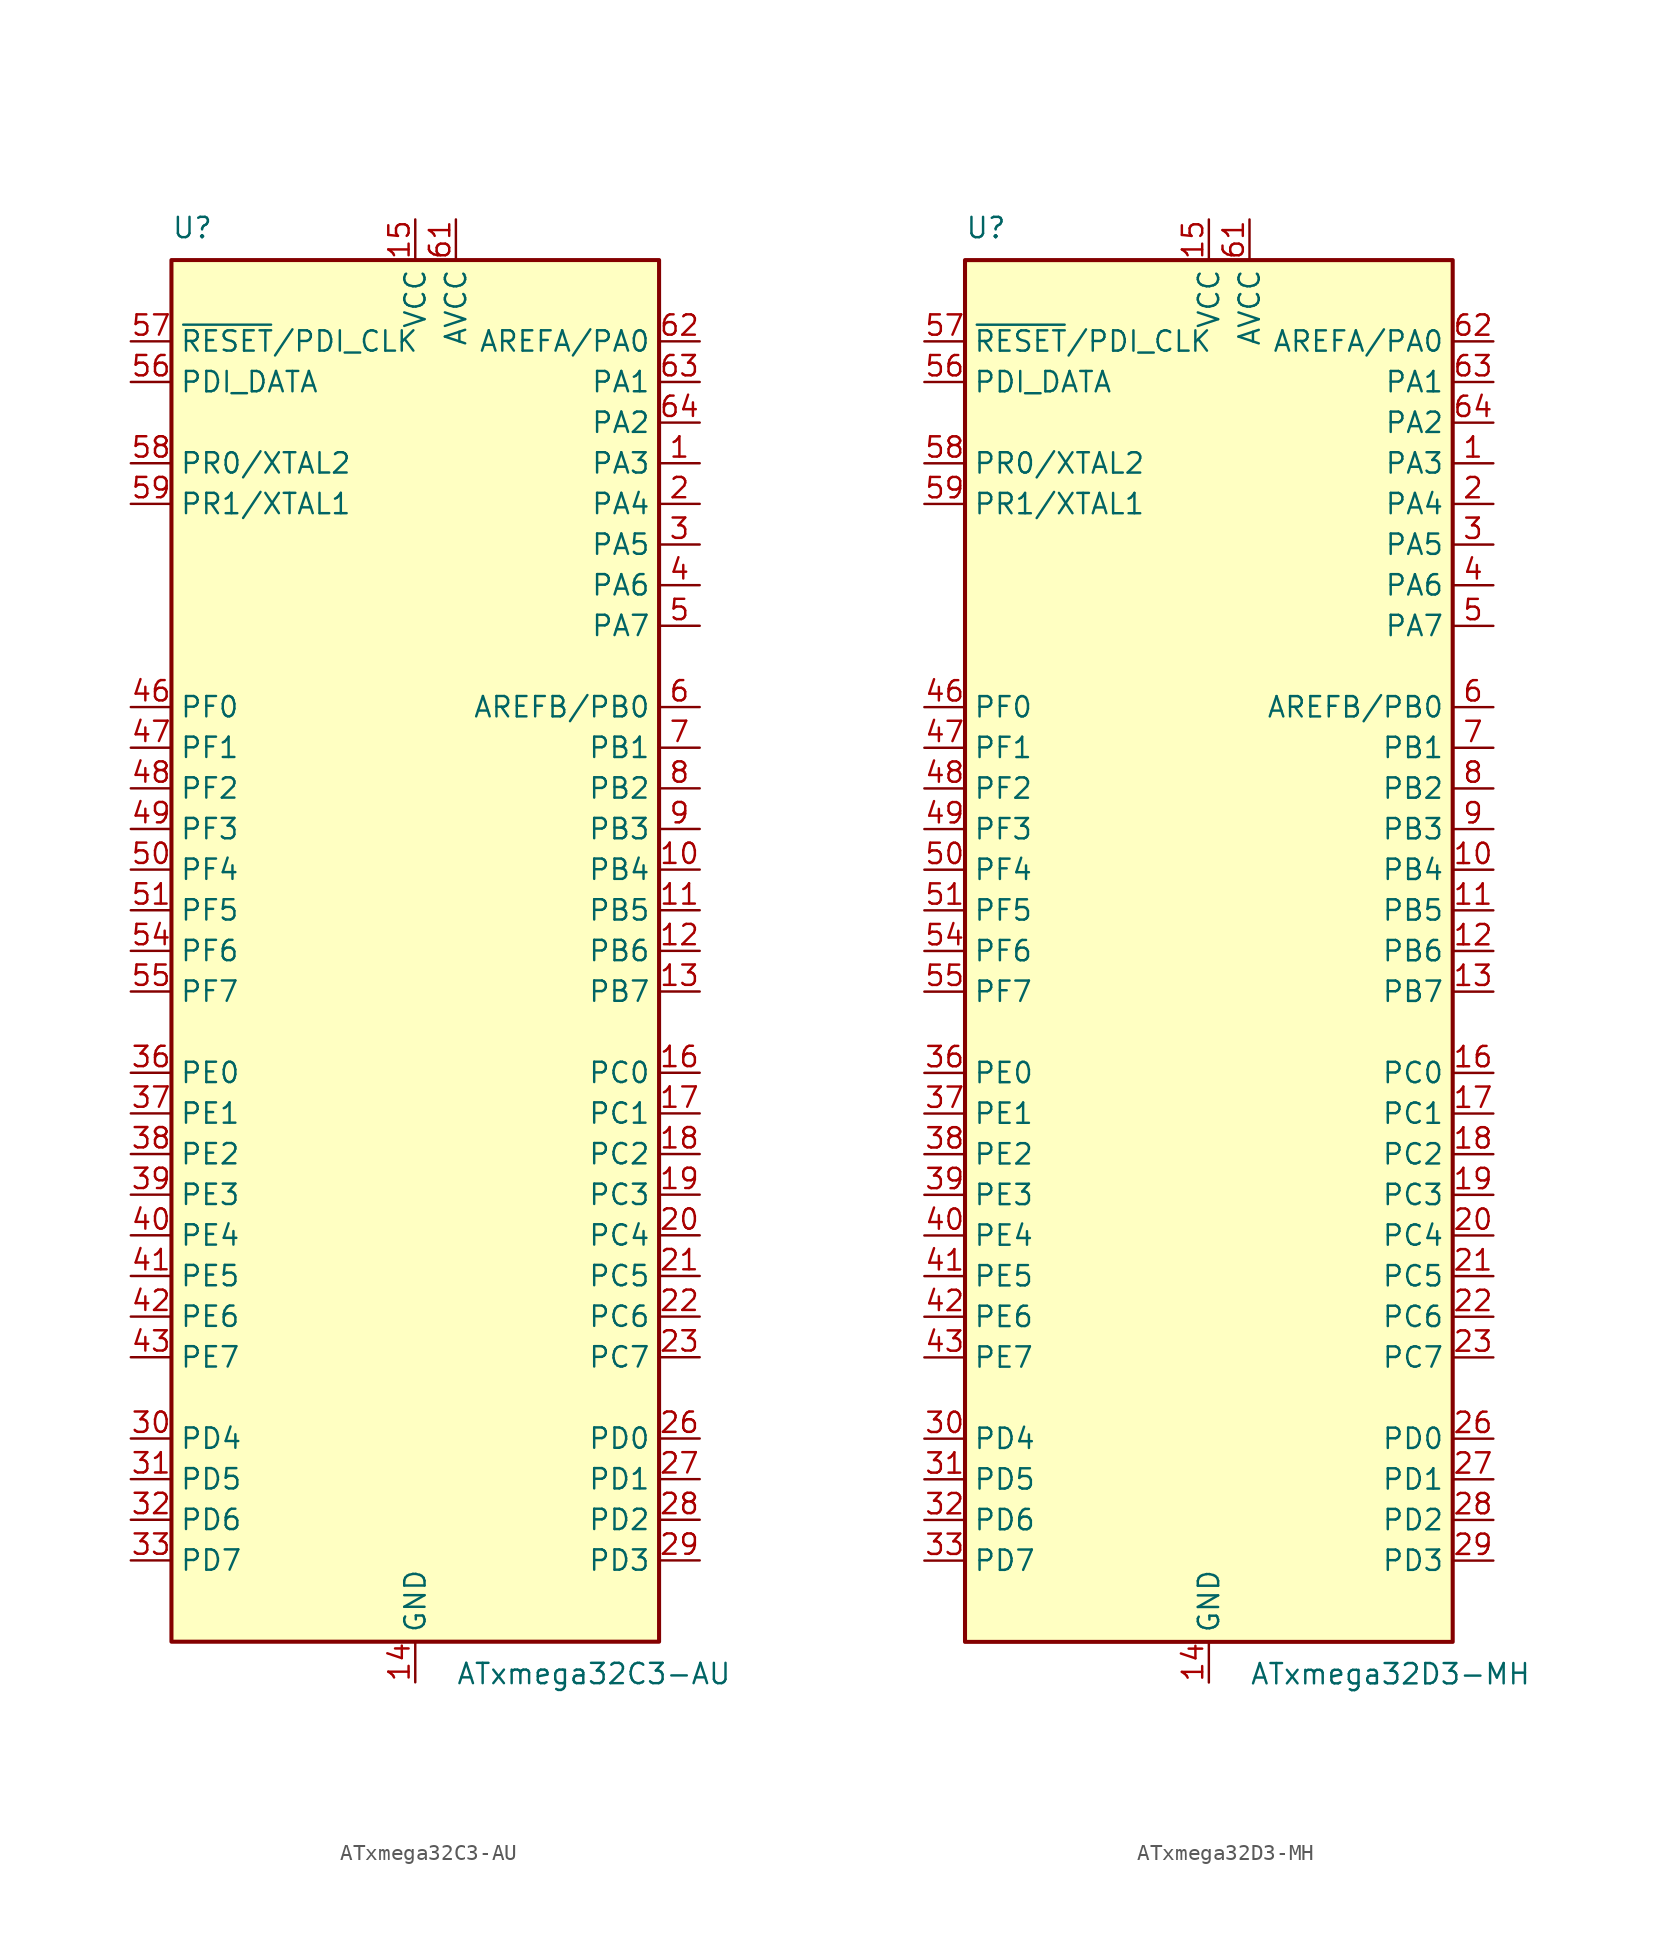
<source format=kicad_sym>
(kicad_symbol_lib
  (version 20201005)
  (generator kicad_symbol_editor)
  (symbol "ATxmega32C3-AU"
    (property "Reference" "U"
      (at -15.24 44.45 0)
      (effects (font (size 1.27 1.27)) (justify left bottom)))
    (property "Value" "ATxmega32C3-AU"
      (at 2.54 -44.45 0)
      (effects (font (size 1.27 1.27)) (justify left top)))
    (symbol "ATxmega32C3-AU_0_1"
      (rectangle (start -15.24 -43.18) (end 15.24 43.18) (stroke (width 0.254)) (fill (type background))))
    (symbol "ATxmega32C3-AU_1_1"
      (pin tri_state line (at 17.78 30.48 180) (length 2.54) (name "PA3" (effects (font (size 1.27 1.27)))) (number "1" (effects (font (size 1.27 1.27)))))
      (pin tri_state line (at 17.78 5.08 180) (length 2.54) (name "PB4" (effects (font (size 1.27 1.27)))) (number "10" (effects (font (size 1.27 1.27)))))
      (pin tri_state line (at 17.78 2.54 180) (length 2.54) (name "PB5" (effects (font (size 1.27 1.27)))) (number "11" (effects (font (size 1.27 1.27)))))
      (pin tri_state line (at 17.78 0 180) (length 2.54) (name "PB6" (effects (font (size 1.27 1.27)))) (number "12" (effects (font (size 1.27 1.27)))))
      (pin tri_state line (at 17.78 -2.54 180) (length 2.54) (name "PB7" (effects (font (size 1.27 1.27)))) (number "13" (effects (font (size 1.27 1.27)))))
      (pin power_in line (at 0 -45.72 90) (length 2.54) (name "GND" (effects (font (size 1.27 1.27)))) (number "14" (effects (font (size 1.27 1.27)))))
      (pin power_in line (at 0 45.72 270) (length 2.54) (name "VCC" (effects (font (size 1.27 1.27)))) (number "15" (effects (font (size 1.27 1.27)))))
      (pin tri_state line (at 17.78 -7.62 180) (length 2.54) (name "PC0" (effects (font (size 1.27 1.27)))) (number "16" (effects (font (size 1.27 1.27)))))
      (pin tri_state line (at 17.78 -10.16 180) (length 2.54) (name "PC1" (effects (font (size 1.27 1.27)))) (number "17" (effects (font (size 1.27 1.27)))))
      (pin tri_state line (at 17.78 -12.7 180) (length 2.54) (name "PC2" (effects (font (size 1.27 1.27)))) (number "18" (effects (font (size 1.27 1.27)))))
      (pin tri_state line (at 17.78 -15.24 180) (length 2.54) (name "PC3" (effects (font (size 1.27 1.27)))) (number "19" (effects (font (size 1.27 1.27)))))
      (pin tri_state line (at 17.78 27.94 180) (length 2.54) (name "PA4" (effects (font (size 1.27 1.27)))) (number "2" (effects (font (size 1.27 1.27)))))
      (pin tri_state line (at 17.78 -17.78 180) (length 2.54) (name "PC4" (effects (font (size 1.27 1.27)))) (number "20" (effects (font (size 1.27 1.27)))))
      (pin tri_state line (at 17.78 -20.32 180) (length 2.54) (name "PC5" (effects (font (size 1.27 1.27)))) (number "21" (effects (font (size 1.27 1.27)))))
      (pin tri_state line (at 17.78 -22.86 180) (length 2.54) (name "PC6" (effects (font (size 1.27 1.27)))) (number "22" (effects (font (size 1.27 1.27)))))
      (pin tri_state line (at 17.78 -25.4 180) (length 2.54) (name "PC7" (effects (font (size 1.27 1.27)))) (number "23" (effects (font (size 1.27 1.27)))))
      (pin passive line (at 0 -45.72 90) (length 2.54) hide (name "GND" (effects (font (size 1.27 1.27)))) (number "24" (effects (font (size 1.27 1.27)))))
      (pin passive line (at 0 45.72 270) (length 2.54) hide (name "VCC" (effects (font (size 1.27 1.27)))) (number "25" (effects (font (size 1.27 1.27)))))
      (pin tri_state line (at 17.78 -30.48 180) (length 2.54) (name "PD0" (effects (font (size 1.27 1.27)))) (number "26" (effects (font (size 1.27 1.27)))))
      (pin tri_state line (at 17.78 -33.02 180) (length 2.54) (name "PD1" (effects (font (size 1.27 1.27)))) (number "27" (effects (font (size 1.27 1.27)))))
      (pin tri_state line (at 17.78 -35.56 180) (length 2.54) (name "PD2" (effects (font (size 1.27 1.27)))) (number "28" (effects (font (size 1.27 1.27)))))
      (pin tri_state line (at 17.78 -38.1 180) (length 2.54) (name "PD3" (effects (font (size 1.27 1.27)))) (number "29" (effects (font (size 1.27 1.27)))))
      (pin tri_state line (at 17.78 25.4 180) (length 2.54) (name "PA5" (effects (font (size 1.27 1.27)))) (number "3" (effects (font (size 1.27 1.27)))))
      (pin tri_state line (at -17.78 -30.48 0) (length 2.54) (name "PD4" (effects (font (size 1.27 1.27)))) (number "30" (effects (font (size 1.27 1.27)))))
      (pin tri_state line (at -17.78 -33.02 0) (length 2.54) (name "PD5" (effects (font (size 1.27 1.27)))) (number "31" (effects (font (size 1.27 1.27)))))
      (pin tri_state line (at -17.78 -35.56 0) (length 2.54) (name "PD6" (effects (font (size 1.27 1.27)))) (number "32" (effects (font (size 1.27 1.27)))))
      (pin tri_state line (at -17.78 -38.1 0) (length 2.54) (name "PD7" (effects (font (size 1.27 1.27)))) (number "33" (effects (font (size 1.27 1.27)))))
      (pin passive line (at 0 -45.72 90) (length 2.54) hide (name "GND" (effects (font (size 1.27 1.27)))) (number "34" (effects (font (size 1.27 1.27)))))
      (pin passive line (at 0 45.72 270) (length 2.54) hide (name "VCC" (effects (font (size 1.27 1.27)))) (number "35" (effects (font (size 1.27 1.27)))))
      (pin tri_state line (at -17.78 -7.62 0) (length 2.54) (name "PE0" (effects (font (size 1.27 1.27)))) (number "36" (effects (font (size 1.27 1.27)))))
      (pin tri_state line (at -17.78 -10.16 0) (length 2.54) (name "PE1" (effects (font (size 1.27 1.27)))) (number "37" (effects (font (size 1.27 1.27)))))
      (pin tri_state line (at -17.78 -12.7 0) (length 2.54) (name "PE2" (effects (font (size 1.27 1.27)))) (number "38" (effects (font (size 1.27 1.27)))))
      (pin tri_state line (at -17.78 -15.24 0) (length 2.54) (name "PE3" (effects (font (size 1.27 1.27)))) (number "39" (effects (font (size 1.27 1.27)))))
      (pin tri_state line (at 17.78 22.86 180) (length 2.54) (name "PA6" (effects (font (size 1.27 1.27)))) (number "4" (effects (font (size 1.27 1.27)))))
      (pin tri_state line (at -17.78 -17.78 0) (length 2.54) (name "PE4" (effects (font (size 1.27 1.27)))) (number "40" (effects (font (size 1.27 1.27)))))
      (pin tri_state line (at -17.78 -20.32 0) (length 2.54) (name "PE5" (effects (font (size 1.27 1.27)))) (number "41" (effects (font (size 1.27 1.27)))))
      (pin tri_state line (at -17.78 -22.86 0) (length 2.54) (name "PE6" (effects (font (size 1.27 1.27)))) (number "42" (effects (font (size 1.27 1.27)))))
      (pin tri_state line (at -17.78 -25.4 0) (length 2.54) (name "PE7" (effects (font (size 1.27 1.27)))) (number "43" (effects (font (size 1.27 1.27)))))
      (pin passive line (at 0 -45.72 90) (length 2.54) hide (name "GND" (effects (font (size 1.27 1.27)))) (number "44" (effects (font (size 1.27 1.27)))))
      (pin passive line (at 0 45.72 270) (length 2.54) hide (name "VCC" (effects (font (size 1.27 1.27)))) (number "45" (effects (font (size 1.27 1.27)))))
      (pin tri_state line (at -17.78 15.24 0) (length 2.54) (name "PF0" (effects (font (size 1.27 1.27)))) (number "46" (effects (font (size 1.27 1.27)))))
      (pin tri_state line (at -17.78 12.7 0) (length 2.54) (name "PF1" (effects (font (size 1.27 1.27)))) (number "47" (effects (font (size 1.27 1.27)))))
      (pin tri_state line (at -17.78 10.16 0) (length 2.54) (name "PF2" (effects (font (size 1.27 1.27)))) (number "48" (effects (font (size 1.27 1.27)))))
      (pin tri_state line (at -17.78 7.62 0) (length 2.54) (name "PF3" (effects (font (size 1.27 1.27)))) (number "49" (effects (font (size 1.27 1.27)))))
      (pin tri_state line (at 17.78 20.32 180) (length 2.54) (name "PA7" (effects (font (size 1.27 1.27)))) (number "5" (effects (font (size 1.27 1.27)))))
      (pin tri_state line (at -17.78 5.08 0) (length 2.54) (name "PF4" (effects (font (size 1.27 1.27)))) (number "50" (effects (font (size 1.27 1.27)))))
      (pin tri_state line (at -17.78 2.54 0) (length 2.54) (name "PF5" (effects (font (size 1.27 1.27)))) (number "51" (effects (font (size 1.27 1.27)))))
      (pin passive line (at 0 -45.72 90) (length 2.54) hide (name "GND" (effects (font (size 1.27 1.27)))) (number "52" (effects (font (size 1.27 1.27)))))
      (pin passive line (at 0 45.72 270) (length 2.54) hide (name "VCC" (effects (font (size 1.27 1.27)))) (number "53" (effects (font (size 1.27 1.27)))))
      (pin tri_state line (at -17.78 0 0) (length 2.54) (name "PF6" (effects (font (size 1.27 1.27)))) (number "54" (effects (font (size 1.27 1.27)))))
      (pin tri_state line (at -17.78 -2.54 0) (length 2.54) (name "PF7" (effects (font (size 1.27 1.27)))) (number "55" (effects (font (size 1.27 1.27)))))
      (pin bidirectional line (at -17.78 35.56 0) (length 2.54) (name "PDI_DATA" (effects (font (size 1.27 1.27)))) (number "56" (effects (font (size 1.27 1.27)))))
      (pin input line (at -17.78 38.1 0) (length 2.54) (name "~RESET~/PDI_CLK" (effects (font (size 1.27 1.27)))) (number "57" (effects (font (size 1.27 1.27)))))
      (pin tri_state line (at -17.78 30.48 0) (length 2.54) (name "PR0/XTAL2" (effects (font (size 1.27 1.27)))) (number "58" (effects (font (size 1.27 1.27)))))
      (pin tri_state line (at -17.78 27.94 0) (length 2.54) (name "PR1/XTAL1" (effects (font (size 1.27 1.27)))) (number "59" (effects (font (size 1.27 1.27)))))
      (pin tri_state line (at 17.78 15.24 180) (length 2.54) (name "AREFB/PB0" (effects (font (size 1.27 1.27)))) (number "6" (effects (font (size 1.27 1.27)))))
      (pin passive line (at 0 -45.72 90) (length 2.54) hide (name "GND" (effects (font (size 1.27 1.27)))) (number "60" (effects (font (size 1.27 1.27)))))
      (pin power_in line (at 2.54 45.72 270) (length 2.54) (name "AVCC" (effects (font (size 1.27 1.27)))) (number "61" (effects (font (size 1.27 1.27)))))
      (pin tri_state line (at 17.78 38.1 180) (length 2.54) (name "AREFA/PA0" (effects (font (size 1.27 1.27)))) (number "62" (effects (font (size 1.27 1.27)))))
      (pin tri_state line (at 17.78 35.56 180) (length 2.54) (name "PA1" (effects (font (size 1.27 1.27)))) (number "63" (effects (font (size 1.27 1.27)))))
      (pin tri_state line (at 17.78 33.02 180) (length 2.54) (name "PA2" (effects (font (size 1.27 1.27)))) (number "64" (effects (font (size 1.27 1.27)))))
      (pin tri_state line (at 17.78 12.7 180) (length 2.54) (name "PB1" (effects (font (size 1.27 1.27)))) (number "7" (effects (font (size 1.27 1.27)))))
      (pin tri_state line (at 17.78 10.16 180) (length 2.54) (name "PB2" (effects (font (size 1.27 1.27)))) (number "8" (effects (font (size 1.27 1.27)))))
      (pin tri_state line (at 17.78 7.62 180) (length 2.54) (name "PB3" (effects (font (size 1.27 1.27)))) (number "9" (effects (font (size 1.27 1.27)))))))
  (symbol "ATxmega32D3-MH"
    (property "Reference" "U"
      (at -15.24 44.45 0)
      (effects (font (size 1.27 1.27)) (justify left bottom)))
    (property "Value" "ATxmega32D3-MH"
      (at 2.54 -44.45 0)
      (effects (font (size 1.27 1.27)) (justify left top)))
    (symbol "ATxmega32D3-MH_0_1"
      (rectangle (start -15.24 -43.18) (end 15.24 43.18) (stroke (width 0.254)) (fill (type background))))
    (symbol "ATxmega32D3-MH_1_1"
      (pin tri_state line (at 17.78 30.48 180) (length 2.54) (name "PA3" (effects (font (size 1.27 1.27)))) (number "1" (effects (font (size 1.27 1.27)))))
      (pin tri_state line (at 17.78 5.08 180) (length 2.54) (name "PB4" (effects (font (size 1.27 1.27)))) (number "10" (effects (font (size 1.27 1.27)))))
      (pin tri_state line (at 17.78 2.54 180) (length 2.54) (name "PB5" (effects (font (size 1.27 1.27)))) (number "11" (effects (font (size 1.27 1.27)))))
      (pin tri_state line (at 17.78 0 180) (length 2.54) (name "PB6" (effects (font (size 1.27 1.27)))) (number "12" (effects (font (size 1.27 1.27)))))
      (pin tri_state line (at 17.78 -2.54 180) (length 2.54) (name "PB7" (effects (font (size 1.27 1.27)))) (number "13" (effects (font (size 1.27 1.27)))))
      (pin power_in line (at 0 -45.72 90) (length 2.54) (name "GND" (effects (font (size 1.27 1.27)))) (number "14" (effects (font (size 1.27 1.27)))))
      (pin power_in line (at 0 45.72 270) (length 2.54) (name "VCC" (effects (font (size 1.27 1.27)))) (number "15" (effects (font (size 1.27 1.27)))))
      (pin tri_state line (at 17.78 -7.62 180) (length 2.54) (name "PC0" (effects (font (size 1.27 1.27)))) (number "16" (effects (font (size 1.27 1.27)))))
      (pin tri_state line (at 17.78 -10.16 180) (length 2.54) (name "PC1" (effects (font (size 1.27 1.27)))) (number "17" (effects (font (size 1.27 1.27)))))
      (pin tri_state line (at 17.78 -12.7 180) (length 2.54) (name "PC2" (effects (font (size 1.27 1.27)))) (number "18" (effects (font (size 1.27 1.27)))))
      (pin tri_state line (at 17.78 -15.24 180) (length 2.54) (name "PC3" (effects (font (size 1.27 1.27)))) (number "19" (effects (font (size 1.27 1.27)))))
      (pin tri_state line (at 17.78 27.94 180) (length 2.54) (name "PA4" (effects (font (size 1.27 1.27)))) (number "2" (effects (font (size 1.27 1.27)))))
      (pin tri_state line (at 17.78 -17.78 180) (length 2.54) (name "PC4" (effects (font (size 1.27 1.27)))) (number "20" (effects (font (size 1.27 1.27)))))
      (pin tri_state line (at 17.78 -20.32 180) (length 2.54) (name "PC5" (effects (font (size 1.27 1.27)))) (number "21" (effects (font (size 1.27 1.27)))))
      (pin tri_state line (at 17.78 -22.86 180) (length 2.54) (name "PC6" (effects (font (size 1.27 1.27)))) (number "22" (effects (font (size 1.27 1.27)))))
      (pin tri_state line (at 17.78 -25.4 180) (length 2.54) (name "PC7" (effects (font (size 1.27 1.27)))) (number "23" (effects (font (size 1.27 1.27)))))
      (pin passive line (at 0 -45.72 90) (length 2.54) hide (name "GND" (effects (font (size 1.27 1.27)))) (number "24" (effects (font (size 1.27 1.27)))))
      (pin passive line (at 0 45.72 270) (length 2.54) hide (name "VCC" (effects (font (size 1.27 1.27)))) (number "25" (effects (font (size 1.27 1.27)))))
      (pin tri_state line (at 17.78 -30.48 180) (length 2.54) (name "PD0" (effects (font (size 1.27 1.27)))) (number "26" (effects (font (size 1.27 1.27)))))
      (pin tri_state line (at 17.78 -33.02 180) (length 2.54) (name "PD1" (effects (font (size 1.27 1.27)))) (number "27" (effects (font (size 1.27 1.27)))))
      (pin tri_state line (at 17.78 -35.56 180) (length 2.54) (name "PD2" (effects (font (size 1.27 1.27)))) (number "28" (effects (font (size 1.27 1.27)))))
      (pin tri_state line (at 17.78 -38.1 180) (length 2.54) (name "PD3" (effects (font (size 1.27 1.27)))) (number "29" (effects (font (size 1.27 1.27)))))
      (pin tri_state line (at 17.78 25.4 180) (length 2.54) (name "PA5" (effects (font (size 1.27 1.27)))) (number "3" (effects (font (size 1.27 1.27)))))
      (pin tri_state line (at -17.78 -30.48 0) (length 2.54) (name "PD4" (effects (font (size 1.27 1.27)))) (number "30" (effects (font (size 1.27 1.27)))))
      (pin tri_state line (at -17.78 -33.02 0) (length 2.54) (name "PD5" (effects (font (size 1.27 1.27)))) (number "31" (effects (font (size 1.27 1.27)))))
      (pin tri_state line (at -17.78 -35.56 0) (length 2.54) (name "PD6" (effects (font (size 1.27 1.27)))) (number "32" (effects (font (size 1.27 1.27)))))
      (pin tri_state line (at -17.78 -38.1 0) (length 2.54) (name "PD7" (effects (font (size 1.27 1.27)))) (number "33" (effects (font (size 1.27 1.27)))))
      (pin passive line (at 0 -45.72 90) (length 2.54) hide (name "GND" (effects (font (size 1.27 1.27)))) (number "34" (effects (font (size 1.27 1.27)))))
      (pin passive line (at 0 45.72 270) (length 2.54) hide (name "VCC" (effects (font (size 1.27 1.27)))) (number "35" (effects (font (size 1.27 1.27)))))
      (pin tri_state line (at -17.78 -7.62 0) (length 2.54) (name "PE0" (effects (font (size 1.27 1.27)))) (number "36" (effects (font (size 1.27 1.27)))))
      (pin tri_state line (at -17.78 -10.16 0) (length 2.54) (name "PE1" (effects (font (size 1.27 1.27)))) (number "37" (effects (font (size 1.27 1.27)))))
      (pin tri_state line (at -17.78 -12.7 0) (length 2.54) (name "PE2" (effects (font (size 1.27 1.27)))) (number "38" (effects (font (size 1.27 1.27)))))
      (pin tri_state line (at -17.78 -15.24 0) (length 2.54) (name "PE3" (effects (font (size 1.27 1.27)))) (number "39" (effects (font (size 1.27 1.27)))))
      (pin tri_state line (at 17.78 22.86 180) (length 2.54) (name "PA6" (effects (font (size 1.27 1.27)))) (number "4" (effects (font (size 1.27 1.27)))))
      (pin tri_state line (at -17.78 -17.78 0) (length 2.54) (name "PE4" (effects (font (size 1.27 1.27)))) (number "40" (effects (font (size 1.27 1.27)))))
      (pin tri_state line (at -17.78 -20.32 0) (length 2.54) (name "PE5" (effects (font (size 1.27 1.27)))) (number "41" (effects (font (size 1.27 1.27)))))
      (pin tri_state line (at -17.78 -22.86 0) (length 2.54) (name "PE6" (effects (font (size 1.27 1.27)))) (number "42" (effects (font (size 1.27 1.27)))))
      (pin tri_state line (at -17.78 -25.4 0) (length 2.54) (name "PE7" (effects (font (size 1.27 1.27)))) (number "43" (effects (font (size 1.27 1.27)))))
      (pin passive line (at 0 -45.72 90) (length 2.54) hide (name "GND" (effects (font (size 1.27 1.27)))) (number "44" (effects (font (size 1.27 1.27)))))
      (pin passive line (at 0 45.72 270) (length 2.54) hide (name "VCC" (effects (font (size 1.27 1.27)))) (number "45" (effects (font (size 1.27 1.27)))))
      (pin tri_state line (at -17.78 15.24 0) (length 2.54) (name "PF0" (effects (font (size 1.27 1.27)))) (number "46" (effects (font (size 1.27 1.27)))))
      (pin tri_state line (at -17.78 12.7 0) (length 2.54) (name "PF1" (effects (font (size 1.27 1.27)))) (number "47" (effects (font (size 1.27 1.27)))))
      (pin tri_state line (at -17.78 10.16 0) (length 2.54) (name "PF2" (effects (font (size 1.27 1.27)))) (number "48" (effects (font (size 1.27 1.27)))))
      (pin tri_state line (at -17.78 7.62 0) (length 2.54) (name "PF3" (effects (font (size 1.27 1.27)))) (number "49" (effects (font (size 1.27 1.27)))))
      (pin tri_state line (at 17.78 20.32 180) (length 2.54) (name "PA7" (effects (font (size 1.27 1.27)))) (number "5" (effects (font (size 1.27 1.27)))))
      (pin tri_state line (at -17.78 5.08 0) (length 2.54) (name "PF4" (effects (font (size 1.27 1.27)))) (number "50" (effects (font (size 1.27 1.27)))))
      (pin tri_state line (at -17.78 2.54 0) (length 2.54) (name "PF5" (effects (font (size 1.27 1.27)))) (number "51" (effects (font (size 1.27 1.27)))))
      (pin passive line (at 0 -45.72 90) (length 2.54) hide (name "GND" (effects (font (size 1.27 1.27)))) (number "52" (effects (font (size 1.27 1.27)))))
      (pin passive line (at 0 45.72 270) (length 2.54) hide (name "VCC" (effects (font (size 1.27 1.27)))) (number "53" (effects (font (size 1.27 1.27)))))
      (pin tri_state line (at -17.78 0 0) (length 2.54) (name "PF6" (effects (font (size 1.27 1.27)))) (number "54" (effects (font (size 1.27 1.27)))))
      (pin tri_state line (at -17.78 -2.54 0) (length 2.54) (name "PF7" (effects (font (size 1.27 1.27)))) (number "55" (effects (font (size 1.27 1.27)))))
      (pin bidirectional line (at -17.78 35.56 0) (length 2.54) (name "PDI_DATA" (effects (font (size 1.27 1.27)))) (number "56" (effects (font (size 1.27 1.27)))))
      (pin input line (at -17.78 38.1 0) (length 2.54) (name "~RESET~/PDI_CLK" (effects (font (size 1.27 1.27)))) (number "57" (effects (font (size 1.27 1.27)))))
      (pin tri_state line (at -17.78 30.48 0) (length 2.54) (name "PR0/XTAL2" (effects (font (size 1.27 1.27)))) (number "58" (effects (font (size 1.27 1.27)))))
      (pin tri_state line (at -17.78 27.94 0) (length 2.54) (name "PR1/XTAL1" (effects (font (size 1.27 1.27)))) (number "59" (effects (font (size 1.27 1.27)))))
      (pin tri_state line (at 17.78 15.24 180) (length 2.54) (name "AREFB/PB0" (effects (font (size 1.27 1.27)))) (number "6" (effects (font (size 1.27 1.27)))))
      (pin passive line (at 0 -45.72 90) (length 2.54) hide (name "GND" (effects (font (size 1.27 1.27)))) (number "60" (effects (font (size 1.27 1.27)))))
      (pin power_in line (at 2.54 45.72 270) (length 2.54) (name "AVCC" (effects (font (size 1.27 1.27)))) (number "61" (effects (font (size 1.27 1.27)))))
      (pin tri_state line (at 17.78 38.1 180) (length 2.54) (name "AREFA/PA0" (effects (font (size 1.27 1.27)))) (number "62" (effects (font (size 1.27 1.27)))))
      (pin tri_state line (at 17.78 35.56 180) (length 2.54) (name "PA1" (effects (font (size 1.27 1.27)))) (number "63" (effects (font (size 1.27 1.27)))))
      (pin tri_state line (at 17.78 33.02 180) (length 2.54) (name "PA2" (effects (font (size 1.27 1.27)))) (number "64" (effects (font (size 1.27 1.27)))))
      (pin passive line (at 0 -45.72 90) (length 2.54) hide (name "GND" (effects (font (size 1.27 1.27)))) (number "65" (effects (font (size 1.27 1.27)))))
      (pin tri_state line (at 17.78 12.7 180) (length 2.54) (name "PB1" (effects (font (size 1.27 1.27)))) (number "7" (effects (font (size 1.27 1.27)))))
      (pin tri_state line (at 17.78 10.16 180) (length 2.54) (name "PB2" (effects (font (size 1.27 1.27)))) (number "8" (effects (font (size 1.27 1.27)))))
      (pin tri_state line (at 17.78 7.62 180) (length 2.54) (name "PB3" (effects (font (size 1.27 1.27)))) (number "9" (effects (font (size 1.27 1.27))))))))
</source>
